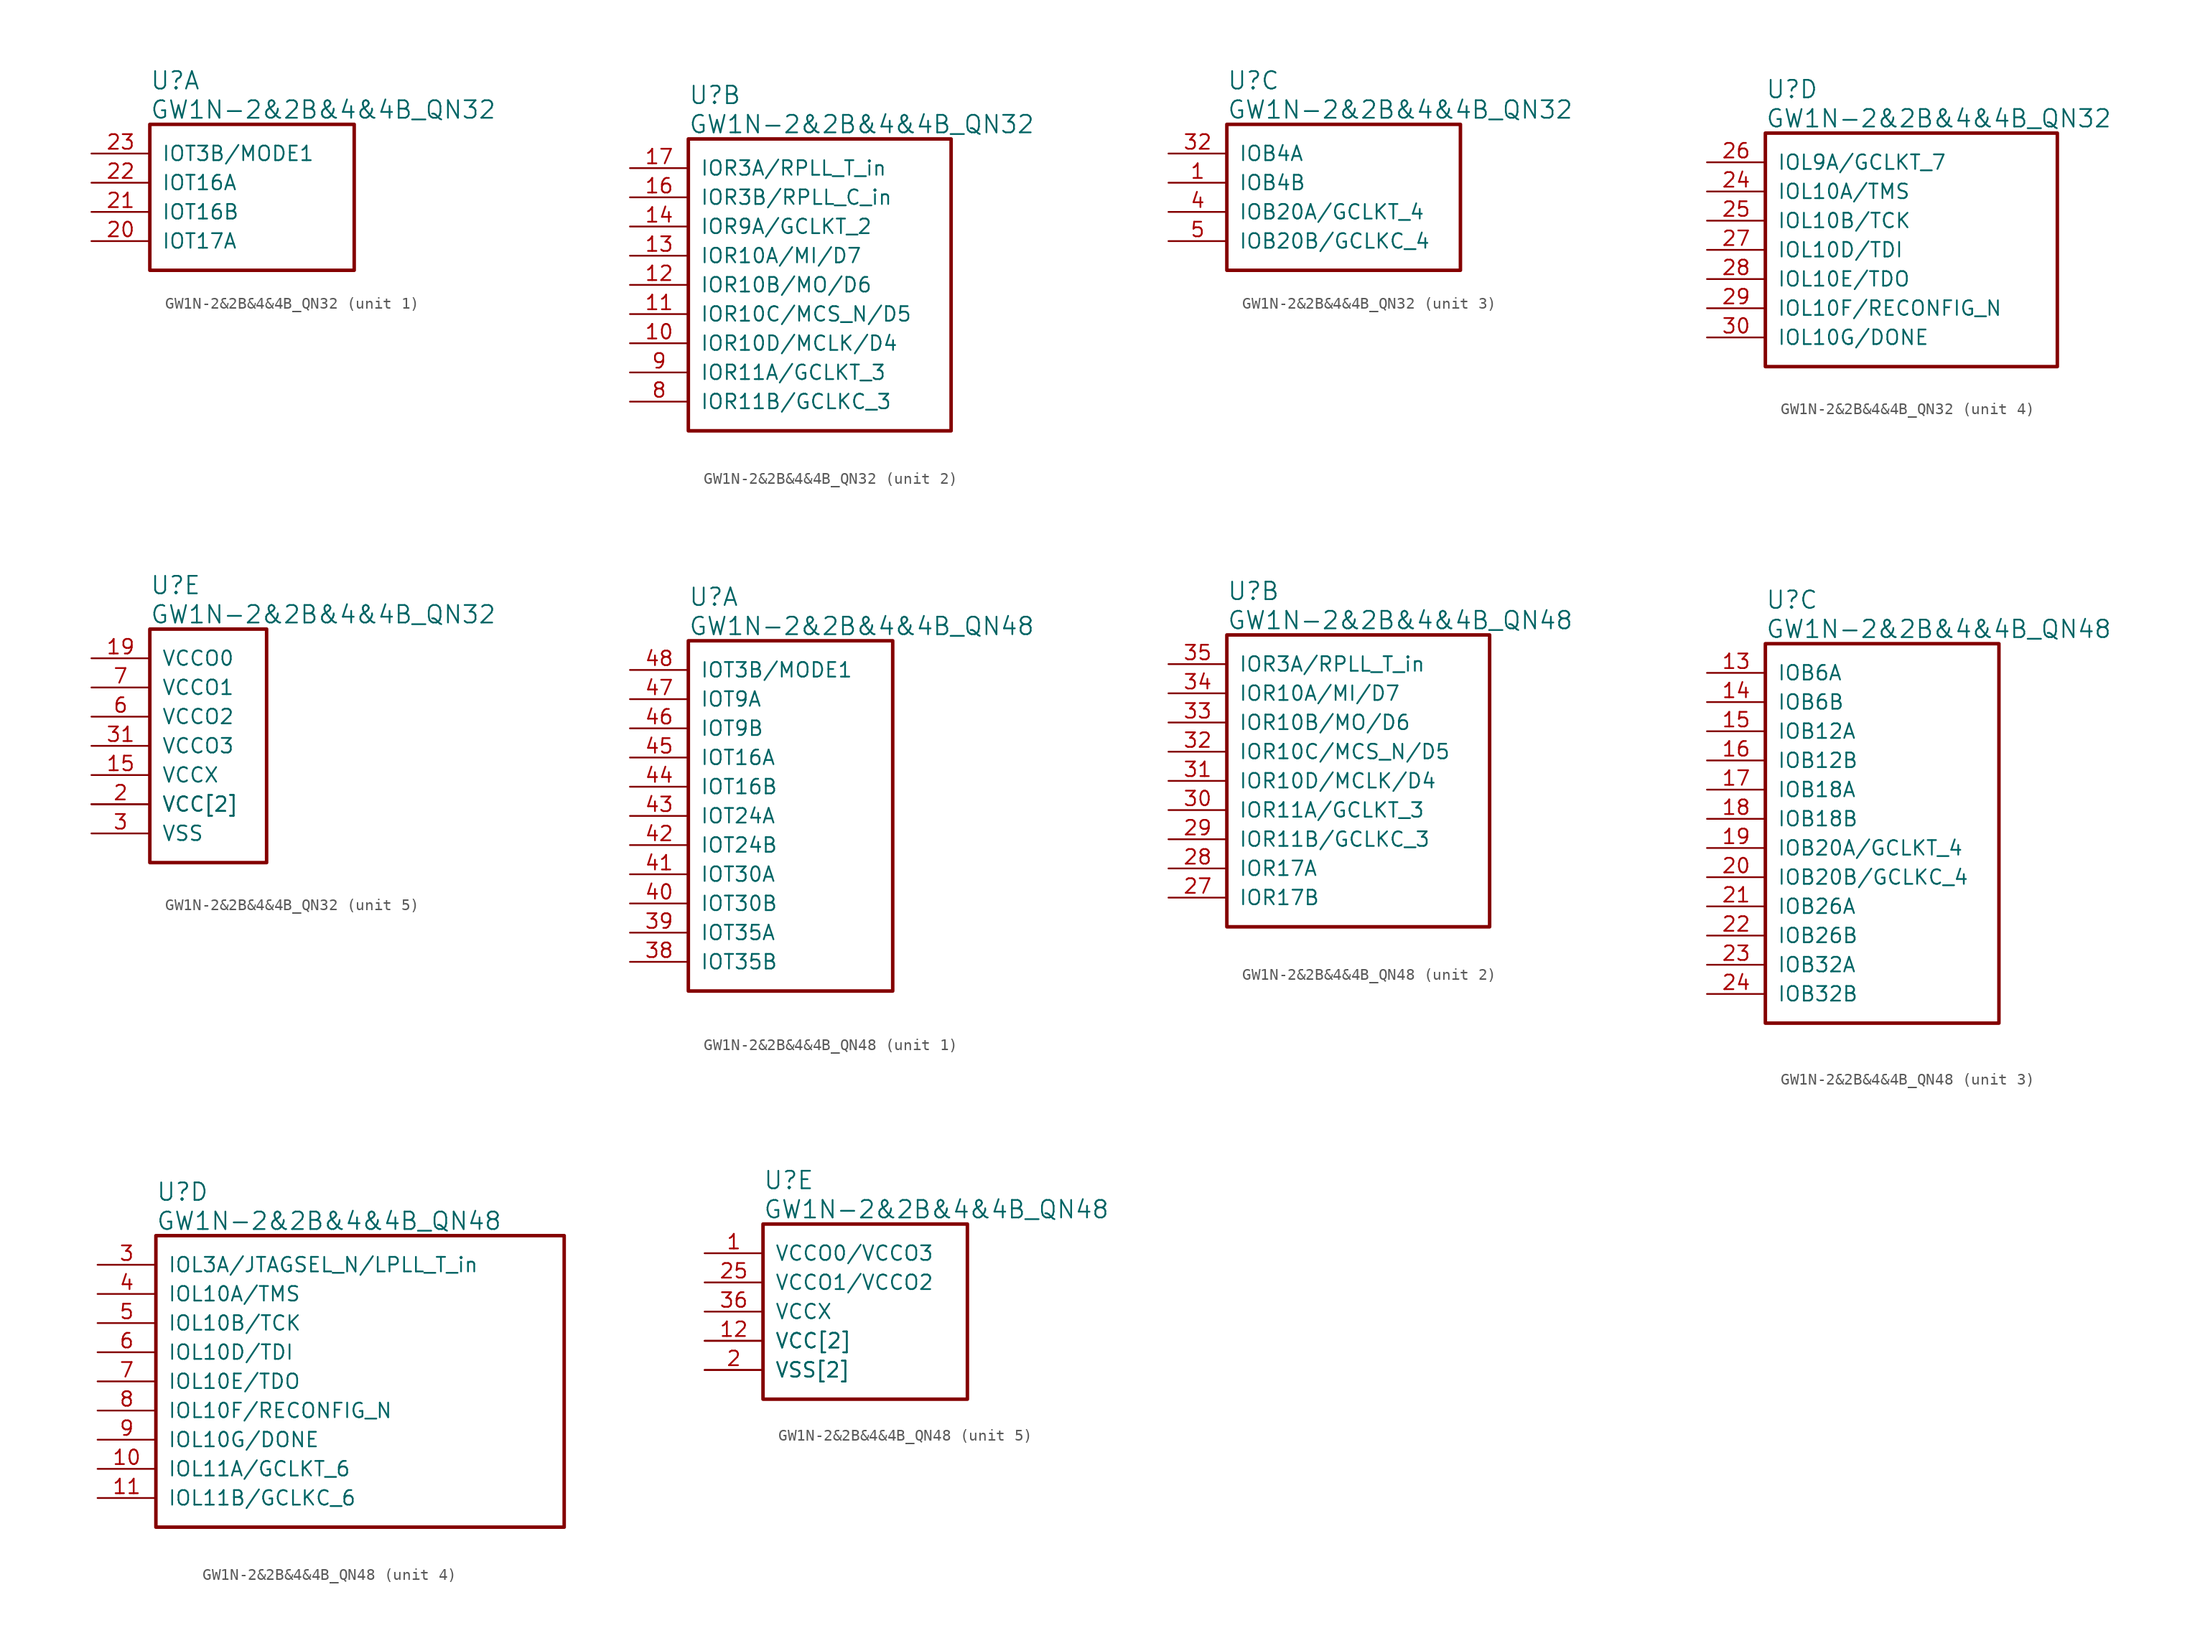
<source format=kicad_sym>
(kicad_symbol_lib
  (version 20211014)
  (generator kicad_symbol_editor)
  (symbol "GW1N-2&2B&4&4B_QN32"
    (pin_names
      (offset 1.016))
    (property "Reference" "U"
      (at 5.08 6.35 0)
      (effects (font (size 1.524 1.524)) (justify left)))
    (property "Value" "GW1N-2&2B&4&4B_QN32"
      (at 5.08 3.81 0)
      (effects (font (size 1.524 1.524)) (justify left)))
    (property "ki_locked" ""
      (at 0 0 0)
      (effects (font (size 1.27 1.27))))
    (symbol "GW1N-2&2B&4&4B_QN32_1_1"
      (rectangle (start 5.08 2.54) (end 22.86 -10.16) (stroke (width 0.305) (type default) (color 0 0 0 0)) (fill (type none)))
      (pin bidirectional line (at 0 -7.62 0) (length 5.08) (name "IOT17A" (effects (font (size 1.27 1.27)))) (number "20" (effects (font (size 1.27 1.27)))))
      (pin bidirectional line (at 0 -5.08 0) (length 5.08) (name "IOT16B" (effects (font (size 1.27 1.27)))) (number "21" (effects (font (size 1.27 1.27)))))
      (pin bidirectional line (at 0 -2.54 0) (length 5.08) (name "IOT16A" (effects (font (size 1.27 1.27)))) (number "22" (effects (font (size 1.27 1.27)))))
      (pin bidirectional line (at 0 0 0) (length 5.08) (name "IOT3B/MODE1" (effects (font (size 1.27 1.27)))) (number "23" (effects (font (size 1.27 1.27))))))
    (symbol "GW1N-2&2B&4&4B_QN32_2_1"
      (rectangle (start 5.08 2.54) (end 27.94 -22.86) (stroke (width 0.305) (type default) (color 0 0 0 0)) (fill (type none)))
      (pin bidirectional line (at 0 -15.24 0) (length 5.08) (name "IOR10D/MCLK/D4" (effects (font (size 1.27 1.27)))) (number "10" (effects (font (size 1.27 1.27)))))
      (pin bidirectional line (at 0 -12.7 0) (length 5.08) (name "IOR10C/MCS_N/D5" (effects (font (size 1.27 1.27)))) (number "11" (effects (font (size 1.27 1.27)))))
      (pin bidirectional line (at 0 -10.16 0) (length 5.08) (name "IOR10B/MO/D6" (effects (font (size 1.27 1.27)))) (number "12" (effects (font (size 1.27 1.27)))))
      (pin bidirectional line (at 0 -7.62 0) (length 5.08) (name "IOR10A/MI/D7" (effects (font (size 1.27 1.27)))) (number "13" (effects (font (size 1.27 1.27)))))
      (pin bidirectional line (at 0 -5.08 0) (length 5.08) (name "IOR9A/GCLKT_2" (effects (font (size 1.27 1.27)))) (number "14" (effects (font (size 1.27 1.27)))))
      (pin bidirectional line (at 0 -2.54 0) (length 5.08) (name "IOR3B/RPLL_C_in" (effects (font (size 1.27 1.27)))) (number "16" (effects (font (size 1.27 1.27)))))
      (pin bidirectional line (at 0 0 0) (length 5.08) (name "IOR3A/RPLL_T_in" (effects (font (size 1.27 1.27)))) (number "17" (effects (font (size 1.27 1.27)))))
      (pin bidirectional line (at 0 -20.32 0) (length 5.08) (name "IOR11B/GCLKC_3" (effects (font (size 1.27 1.27)))) (number "8" (effects (font (size 1.27 1.27)))))
      (pin bidirectional line (at 0 -17.78 0) (length 5.08) (name "IOR11A/GCLKT_3" (effects (font (size 1.27 1.27)))) (number "9" (effects (font (size 1.27 1.27))))))
    (symbol "GW1N-2&2B&4&4B_QN32_3_1"
      (rectangle (start 5.08 2.54) (end 25.4 -10.16) (stroke (width 0.305) (type default) (color 0 0 0 0)) (fill (type none)))
      (pin bidirectional line (at 0 -2.54 0) (length 5.08) (name "IOB4B" (effects (font (size 1.27 1.27)))) (number "1" (effects (font (size 1.27 1.27)))))
      (pin bidirectional line (at 0 0 0) (length 5.08) (name "IOB4A" (effects (font (size 1.27 1.27)))) (number "32" (effects (font (size 1.27 1.27)))))
      (pin bidirectional line (at 0 -5.08 0) (length 5.08) (name "IOB20A/GCLKT_4" (effects (font (size 1.27 1.27)))) (number "4" (effects (font (size 1.27 1.27)))))
      (pin bidirectional line (at 0 -7.62 0) (length 5.08) (name "IOB20B/GCLKC_4" (effects (font (size 1.27 1.27)))) (number "5" (effects (font (size 1.27 1.27))))))
    (symbol "GW1N-2&2B&4&4B_QN32_4_1"
      (rectangle (start 5.08 2.54) (end 30.48 -17.78) (stroke (width 0.305) (type default) (color 0 0 0 0)) (fill (type none)))
      (pin bidirectional line (at 0 -2.54 0) (length 5.08) (name "IOL10A/TMS" (effects (font (size 1.27 1.27)))) (number "24" (effects (font (size 1.27 1.27)))))
      (pin bidirectional line (at 0 -5.08 0) (length 5.08) (name "IOL10B/TCK" (effects (font (size 1.27 1.27)))) (number "25" (effects (font (size 1.27 1.27)))))
      (pin bidirectional line (at 0 0 0) (length 5.08) (name "IOL9A/GCLKT_7" (effects (font (size 1.27 1.27)))) (number "26" (effects (font (size 1.27 1.27)))))
      (pin bidirectional line (at 0 -7.62 0) (length 5.08) (name "IOL10D/TDI" (effects (font (size 1.27 1.27)))) (number "27" (effects (font (size 1.27 1.27)))))
      (pin bidirectional line (at 0 -10.16 0) (length 5.08) (name "IOL10E/TDO" (effects (font (size 1.27 1.27)))) (number "28" (effects (font (size 1.27 1.27)))))
      (pin bidirectional line (at 0 -12.7 0) (length 5.08) (name "IOL10F/RECONFIG_N" (effects (font (size 1.27 1.27)))) (number "29" (effects (font (size 1.27 1.27)))))
      (pin bidirectional line (at 0 -15.24 0) (length 5.08) (name "IOL10G/DONE" (effects (font (size 1.27 1.27)))) (number "30" (effects (font (size 1.27 1.27))))))
    (symbol "GW1N-2&2B&4&4B_QN32_5_1"
      (rectangle (start 5.08 2.54) (end 15.24 -17.78) (stroke (width 0.305) (type default) (color 0 0 0 0)) (fill (type none)))
      (pin power_in line (at 0 -10.16 0) (length 5.08) (name "VCCX" (effects (font (size 1.27 1.27)))) (number "15" (effects (font (size 1.27 1.27)))))
      (pin power_in line (at 0 -12.7 0) (length 5.08) (name "VCC[2]" (effects (font (size 1.27 1.27)))) (number "18" (effects (font (size 0 0)))))
      (pin power_in line (at 0 0 0) (length 5.08) (name "VCCO0" (effects (font (size 1.27 1.27)))) (number "19" (effects (font (size 1.27 1.27)))))
      (pin power_in line (at 0 -12.7 0) (length 5.08) (name "VCC[2]" (effects (font (size 1.27 1.27)))) (number "2" (effects (font (size 1.27 1.27)))))
      (pin power_in line (at 0 -15.24 0) (length 5.08) (name "VSS" (effects (font (size 1.27 1.27)))) (number "3" (effects (font (size 1.27 1.27)))))
      (pin power_in line (at 0 -7.62 0) (length 5.08) (name "VCCO3" (effects (font (size 1.27 1.27)))) (number "31" (effects (font (size 1.27 1.27)))))
      (pin power_in line (at 0 -5.08 0) (length 5.08) (name "VCCO2" (effects (font (size 1.27 1.27)))) (number "6" (effects (font (size 1.27 1.27)))))
      (pin power_in line (at 0 -2.54 0) (length 5.08) (name "VCCO1" (effects (font (size 1.27 1.27)))) (number "7" (effects (font (size 1.27 1.27)))))))
  (symbol "GW1N-2&2B&4&4B_QN48"
    (pin_names
      (offset 1.016))
    (property "Reference" "U"
      (at 5.08 6.35 0)
      (effects (font (size 1.524 1.524)) (justify left)))
    (property "Value" "GW1N-2&2B&4&4B_QN48"
      (at 5.08 3.81 0)
      (effects (font (size 1.524 1.524)) (justify left)))
    (property "ki_locked" ""
      (at 0 0 0)
      (effects (font (size 1.27 1.27))))
    (symbol "GW1N-2&2B&4&4B_QN48_1_1"
      (rectangle (start 5.08 2.54) (end 22.86 -27.94) (stroke (width 0.305) (type default) (color 0 0 0 0)) (fill (type none)))
      (pin bidirectional line (at 0 -25.4 0) (length 5.08) (name "IOT35B" (effects (font (size 1.27 1.27)))) (number "38" (effects (font (size 1.27 1.27)))))
      (pin bidirectional line (at 0 -22.86 0) (length 5.08) (name "IOT35A" (effects (font (size 1.27 1.27)))) (number "39" (effects (font (size 1.27 1.27)))))
      (pin bidirectional line (at 0 -20.32 0) (length 5.08) (name "IOT30B" (effects (font (size 1.27 1.27)))) (number "40" (effects (font (size 1.27 1.27)))))
      (pin bidirectional line (at 0 -17.78 0) (length 5.08) (name "IOT30A" (effects (font (size 1.27 1.27)))) (number "41" (effects (font (size 1.27 1.27)))))
      (pin bidirectional line (at 0 -15.24 0) (length 5.08) (name "IOT24B" (effects (font (size 1.27 1.27)))) (number "42" (effects (font (size 1.27 1.27)))))
      (pin bidirectional line (at 0 -12.7 0) (length 5.08) (name "IOT24A" (effects (font (size 1.27 1.27)))) (number "43" (effects (font (size 1.27 1.27)))))
      (pin bidirectional line (at 0 -10.16 0) (length 5.08) (name "IOT16B" (effects (font (size 1.27 1.27)))) (number "44" (effects (font (size 1.27 1.27)))))
      (pin bidirectional line (at 0 -7.62 0) (length 5.08) (name "IOT16A" (effects (font (size 1.27 1.27)))) (number "45" (effects (font (size 1.27 1.27)))))
      (pin bidirectional line (at 0 -5.08 0) (length 5.08) (name "IOT9B" (effects (font (size 1.27 1.27)))) (number "46" (effects (font (size 1.27 1.27)))))
      (pin bidirectional line (at 0 -2.54 0) (length 5.08) (name "IOT9A" (effects (font (size 1.27 1.27)))) (number "47" (effects (font (size 1.27 1.27)))))
      (pin bidirectional line (at 0 0 0) (length 5.08) (name "IOT3B/MODE1" (effects (font (size 1.27 1.27)))) (number "48" (effects (font (size 1.27 1.27))))))
    (symbol "GW1N-2&2B&4&4B_QN48_2_1"
      (rectangle (start 5.08 2.54) (end 27.94 -22.86) (stroke (width 0.305) (type default) (color 0 0 0 0)) (fill (type none)))
      (pin bidirectional line (at 0 -20.32 0) (length 5.08) (name "IOR17B" (effects (font (size 1.27 1.27)))) (number "27" (effects (font (size 1.27 1.27)))))
      (pin bidirectional line (at 0 -17.78 0) (length 5.08) (name "IOR17A" (effects (font (size 1.27 1.27)))) (number "28" (effects (font (size 1.27 1.27)))))
      (pin bidirectional line (at 0 -15.24 0) (length 5.08) (name "IOR11B/GCLKC_3" (effects (font (size 1.27 1.27)))) (number "29" (effects (font (size 1.27 1.27)))))
      (pin bidirectional line (at 0 -12.7 0) (length 5.08) (name "IOR11A/GCLKT_3" (effects (font (size 1.27 1.27)))) (number "30" (effects (font (size 1.27 1.27)))))
      (pin bidirectional line (at 0 -10.16 0) (length 5.08) (name "IOR10D/MCLK/D4" (effects (font (size 1.27 1.27)))) (number "31" (effects (font (size 1.27 1.27)))))
      (pin bidirectional line (at 0 -7.62 0) (length 5.08) (name "IOR10C/MCS_N/D5" (effects (font (size 1.27 1.27)))) (number "32" (effects (font (size 1.27 1.27)))))
      (pin bidirectional line (at 0 -5.08 0) (length 5.08) (name "IOR10B/MO/D6" (effects (font (size 1.27 1.27)))) (number "33" (effects (font (size 1.27 1.27)))))
      (pin bidirectional line (at 0 -2.54 0) (length 5.08) (name "IOR10A/MI/D7" (effects (font (size 1.27 1.27)))) (number "34" (effects (font (size 1.27 1.27)))))
      (pin bidirectional line (at 0 0 0) (length 5.08) (name "IOR3A/RPLL_T_in" (effects (font (size 1.27 1.27)))) (number "35" (effects (font (size 1.27 1.27))))))
    (symbol "GW1N-2&2B&4&4B_QN48_3_1"
      (rectangle (start 5.08 2.54) (end 25.4 -30.48) (stroke (width 0.305) (type default) (color 0 0 0 0)) (fill (type none)))
      (pin bidirectional line (at 0 0 0) (length 5.08) (name "IOB6A" (effects (font (size 1.27 1.27)))) (number "13" (effects (font (size 1.27 1.27)))))
      (pin bidirectional line (at 0 -2.54 0) (length 5.08) (name "IOB6B" (effects (font (size 1.27 1.27)))) (number "14" (effects (font (size 1.27 1.27)))))
      (pin bidirectional line (at 0 -5.08 0) (length 5.08) (name "IOB12A" (effects (font (size 1.27 1.27)))) (number "15" (effects (font (size 1.27 1.27)))))
      (pin bidirectional line (at 0 -7.62 0) (length 5.08) (name "IOB12B" (effects (font (size 1.27 1.27)))) (number "16" (effects (font (size 1.27 1.27)))))
      (pin bidirectional line (at 0 -10.16 0) (length 5.08) (name "IOB18A" (effects (font (size 1.27 1.27)))) (number "17" (effects (font (size 1.27 1.27)))))
      (pin bidirectional line (at 0 -12.7 0) (length 5.08) (name "IOB18B" (effects (font (size 1.27 1.27)))) (number "18" (effects (font (size 1.27 1.27)))))
      (pin bidirectional line (at 0 -15.24 0) (length 5.08) (name "IOB20A/GCLKT_4" (effects (font (size 1.27 1.27)))) (number "19" (effects (font (size 1.27 1.27)))))
      (pin bidirectional line (at 0 -17.78 0) (length 5.08) (name "IOB20B/GCLKC_4" (effects (font (size 1.27 1.27)))) (number "20" (effects (font (size 1.27 1.27)))))
      (pin bidirectional line (at 0 -20.32 0) (length 5.08) (name "IOB26A" (effects (font (size 1.27 1.27)))) (number "21" (effects (font (size 1.27 1.27)))))
      (pin bidirectional line (at 0 -22.86 0) (length 5.08) (name "IOB26B" (effects (font (size 1.27 1.27)))) (number "22" (effects (font (size 1.27 1.27)))))
      (pin bidirectional line (at 0 -25.4 0) (length 5.08) (name "IOB32A" (effects (font (size 1.27 1.27)))) (number "23" (effects (font (size 1.27 1.27)))))
      (pin bidirectional line (at 0 -27.94 0) (length 5.08) (name "IOB32B" (effects (font (size 1.27 1.27)))) (number "24" (effects (font (size 1.27 1.27))))))
    (symbol "GW1N-2&2B&4&4B_QN48_4_1"
      (rectangle (start 5.08 2.54) (end 40.64 -22.86) (stroke (width 0.305) (type default) (color 0 0 0 0)) (fill (type none)))
      (pin bidirectional line (at 0 -17.78 0) (length 5.08) (name "IOL11A/GCLKT_6" (effects (font (size 1.27 1.27)))) (number "10" (effects (font (size 1.27 1.27)))))
      (pin bidirectional line (at 0 -20.32 0) (length 5.08) (name "IOL11B/GCLKC_6" (effects (font (size 1.27 1.27)))) (number "11" (effects (font (size 1.27 1.27)))))
      (pin bidirectional line (at 0 0 0) (length 5.08) (name "IOL3A/JTAGSEL_N/LPLL_T_in" (effects (font (size 1.27 1.27)))) (number "3" (effects (font (size 1.27 1.27)))))
      (pin bidirectional line (at 0 -2.54 0) (length 5.08) (name "IOL10A/TMS" (effects (font (size 1.27 1.27)))) (number "4" (effects (font (size 1.27 1.27)))))
      (pin bidirectional line (at 0 -5.08 0) (length 5.08) (name "IOL10B/TCK" (effects (font (size 1.27 1.27)))) (number "5" (effects (font (size 1.27 1.27)))))
      (pin bidirectional line (at 0 -7.62 0) (length 5.08) (name "IOL10D/TDI" (effects (font (size 1.27 1.27)))) (number "6" (effects (font (size 1.27 1.27)))))
      (pin bidirectional line (at 0 -10.16 0) (length 5.08) (name "IOL10E/TDO" (effects (font (size 1.27 1.27)))) (number "7" (effects (font (size 1.27 1.27)))))
      (pin bidirectional line (at 0 -12.7 0) (length 5.08) (name "IOL10F/RECONFIG_N" (effects (font (size 1.27 1.27)))) (number "8" (effects (font (size 1.27 1.27)))))
      (pin bidirectional line (at 0 -15.24 0) (length 5.08) (name "IOL10G/DONE" (effects (font (size 1.27 1.27)))) (number "9" (effects (font (size 1.27 1.27))))))
    (symbol "GW1N-2&2B&4&4B_QN48_5_1"
      (rectangle (start 5.08 2.54) (end 22.86 -12.7) (stroke (width 0.305) (type default) (color 0 0 0 0)) (fill (type none)))
      (pin power_in line (at 0 0 0) (length 5.08) (name "VCCO0/VCCO3" (effects (font (size 1.27 1.27)))) (number "1" (effects (font (size 1.27 1.27)))))
      (pin power_in line (at 0 -7.62 0) (length 5.08) (name "VCC[2]" (effects (font (size 1.27 1.27)))) (number "12" (effects (font (size 1.27 1.27)))))
      (pin power_in line (at 0 -10.16 0) (length 5.08) (name "VSS[2]" (effects (font (size 1.27 1.27)))) (number "2" (effects (font (size 1.27 1.27)))))
      (pin power_in line (at 0 -2.54 0) (length 5.08) (name "VCCO1/VCCO2" (effects (font (size 1.27 1.27)))) (number "25" (effects (font (size 1.27 1.27)))))
      (pin power_in line (at 0 -10.16 0) (length 5.08) (name "VSS[2]" (effects (font (size 1.27 1.27)))) (number "26" (effects (font (size 0 0)))))
      (pin power_in line (at 0 -5.08 0) (length 5.08) (name "VCCX" (effects (font (size 1.27 1.27)))) (number "36" (effects (font (size 1.27 1.27)))))
      (pin power_in line (at 0 -7.62 0) (length 5.08) (name "VCC[2]" (effects (font (size 1.27 1.27)))) (number "37" (effects (font (size 0 0))))))))
</source>
